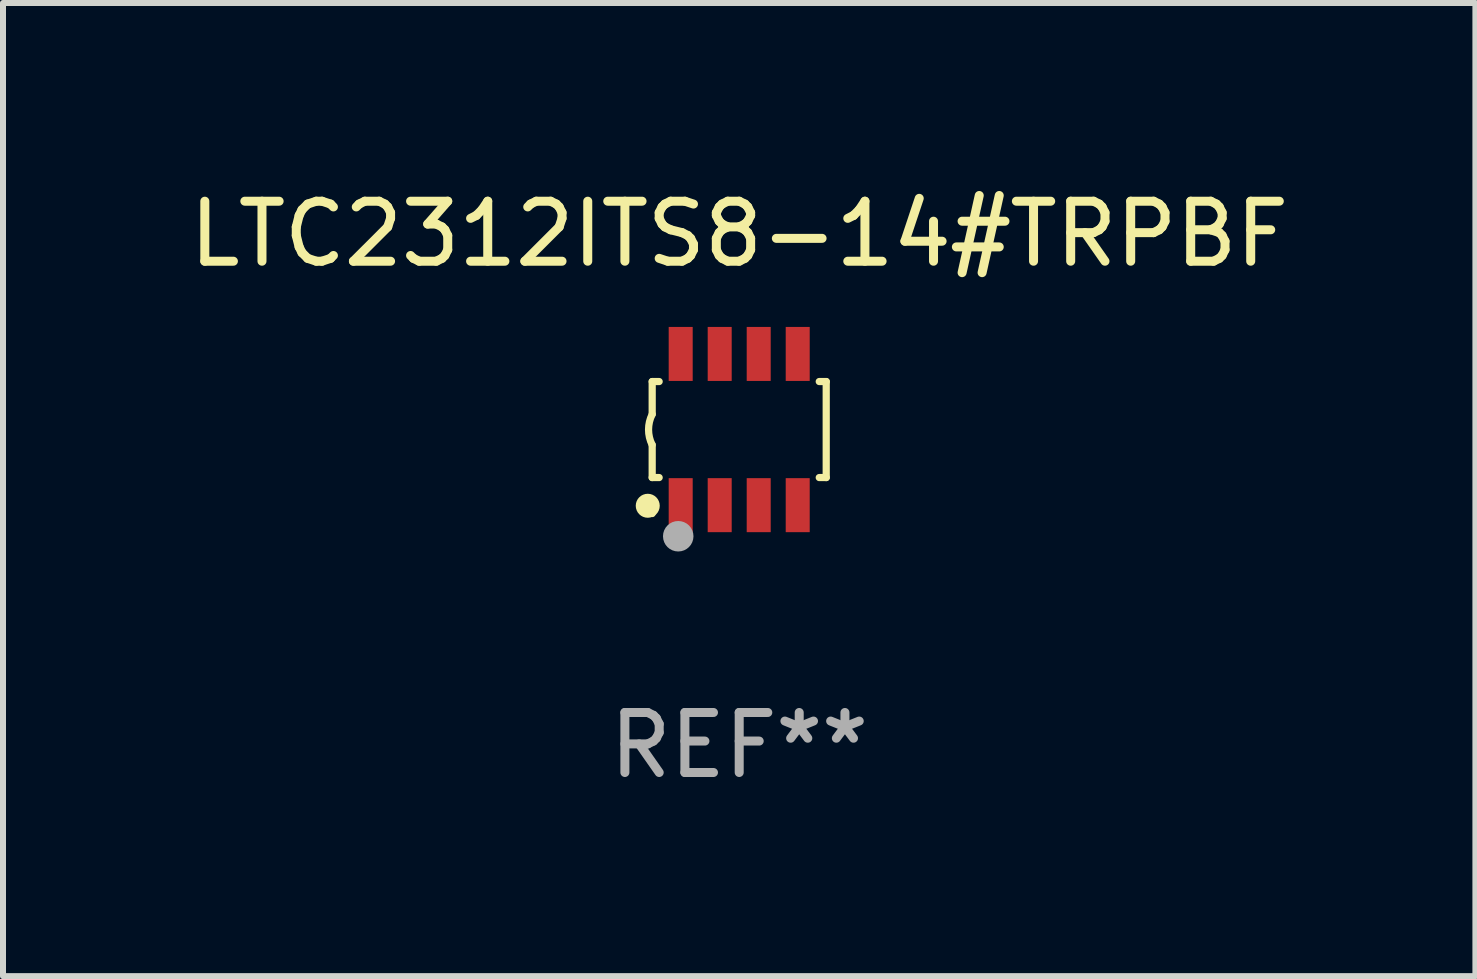
<source format=kicad_pcb>
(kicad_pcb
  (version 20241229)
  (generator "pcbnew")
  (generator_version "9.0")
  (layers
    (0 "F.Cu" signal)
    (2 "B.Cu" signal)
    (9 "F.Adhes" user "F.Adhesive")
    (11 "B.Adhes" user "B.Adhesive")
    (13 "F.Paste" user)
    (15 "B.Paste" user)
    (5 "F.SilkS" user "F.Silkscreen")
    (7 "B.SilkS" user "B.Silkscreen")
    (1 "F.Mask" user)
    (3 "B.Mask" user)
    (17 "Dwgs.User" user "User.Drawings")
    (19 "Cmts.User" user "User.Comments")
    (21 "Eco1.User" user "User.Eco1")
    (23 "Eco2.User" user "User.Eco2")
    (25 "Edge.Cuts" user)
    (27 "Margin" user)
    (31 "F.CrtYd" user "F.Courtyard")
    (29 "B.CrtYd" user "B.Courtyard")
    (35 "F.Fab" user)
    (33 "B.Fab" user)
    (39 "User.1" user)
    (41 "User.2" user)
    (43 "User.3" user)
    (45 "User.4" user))
  (footprint "LTC2312ITS8-14#TRPBF"
    (layer "F.Cu")
    (at 9.268 4.108)
    (property "Reference" "LTC2312ITS8-14#TRPBF" (at 0 -3.26 0) (layer "F.SilkS") (effects (font (size 1 1) (thickness 0.15))))
    (attr through_hole)
    (fp_line (start -1.45 -0.8) (end -1.45 -0.254) (stroke (width 0.12) (type solid)) (layer "F.SilkS"))
    (fp_line (start -1.45 -0.8) (end -1.334 -0.8) (stroke (width 0.12) (type solid)) (layer "F.SilkS"))
    (fp_line (start -1.45 0.8) (end -1.45 0.254) (stroke (width 0.12) (type solid)) (layer "F.SilkS"))
    (fp_line (start -1.45 0.8) (end -1.334 0.8) (stroke (width 0.12) (type solid)) (layer "F.SilkS"))
    (fp_line (start 1.334 -0.8) (end 1.45 -0.8) (stroke (width 0.12) (type solid)) (layer "F.SilkS"))
    (fp_line (start 1.334 0.8) (end 1.45 0.8) (stroke (width 0.12) (type solid)) (layer "F.SilkS"))
    (fp_line (start 1.45 0.8) (end 1.45 -0.8) (stroke (width 0.12) (type solid)) (layer "F.SilkS"))
    (fp_arc (start -1.45075 0.255144) (mid -1.510605 0.000434) (end -1.450013 -0.254102) (stroke (width 0.11999) (type solid)) (layer "F.SilkS"))
    (fp_circle (center -1.524 1.27) (end -1.424 1.27) (stroke (width 0.2) (type solid)) (fill no) (layer "F.SilkS"))
    (fp_circle (center -1.45 1.4) (end -1.42 1.4) (stroke (width 0.06) (type solid)) (fill no) (layer "F.SilkS"))
    (fp_circle (center -1.016 1.778) (end -0.889 1.778) (stroke (width 0.254) (type solid)) (fill no) (layer "F.Fab"))
    (fp_text user "REF**" (at 0 5.26 0) (layer "F.Fab") (effects (font (size 1 1) (thickness 0.15))))
    (pad "1" smd rect (at -0.975 1.26) (size 0.4 0.9) (layers "F.Cu" "F.Mask" "F.Paste"))
    (pad "2" smd rect (at -0.325 1.26) (size 0.4 0.9) (layers "F.Cu" "F.Mask" "F.Paste"))
    (pad "3" smd rect (at 0.325 1.26) (size 0.4 0.9) (layers "F.Cu" "F.Mask" "F.Paste"))
    (pad "4" smd rect (at 0.975 1.26) (size 0.4 0.9) (layers "F.Cu" "F.Mask" "F.Paste"))
    (pad "5" smd rect (at 0.975 -1.26) (size 0.4 0.9) (layers "F.Cu" "F.Mask" "F.Paste"))
    (pad "6" smd rect (at 0.325 -1.26) (size 0.4 0.9) (layers "F.Cu" "F.Mask" "F.Paste"))
    (pad "7" smd rect (at -0.325 -1.26) (size 0.4 0.9) (layers "F.Cu" "F.Mask" "F.Paste"))
    (pad "8" smd rect (at -0.975 -1.26) (size 0.4 0.9) (layers "F.Cu" "F.Mask" "F.Paste")))
  (gr_rect
    (start -3 -3)
    (end 21.536 13.216)
    (stroke (width 0.1) (type default))
    (fill no)
    (layer "Edge.Cuts")))
</source>
